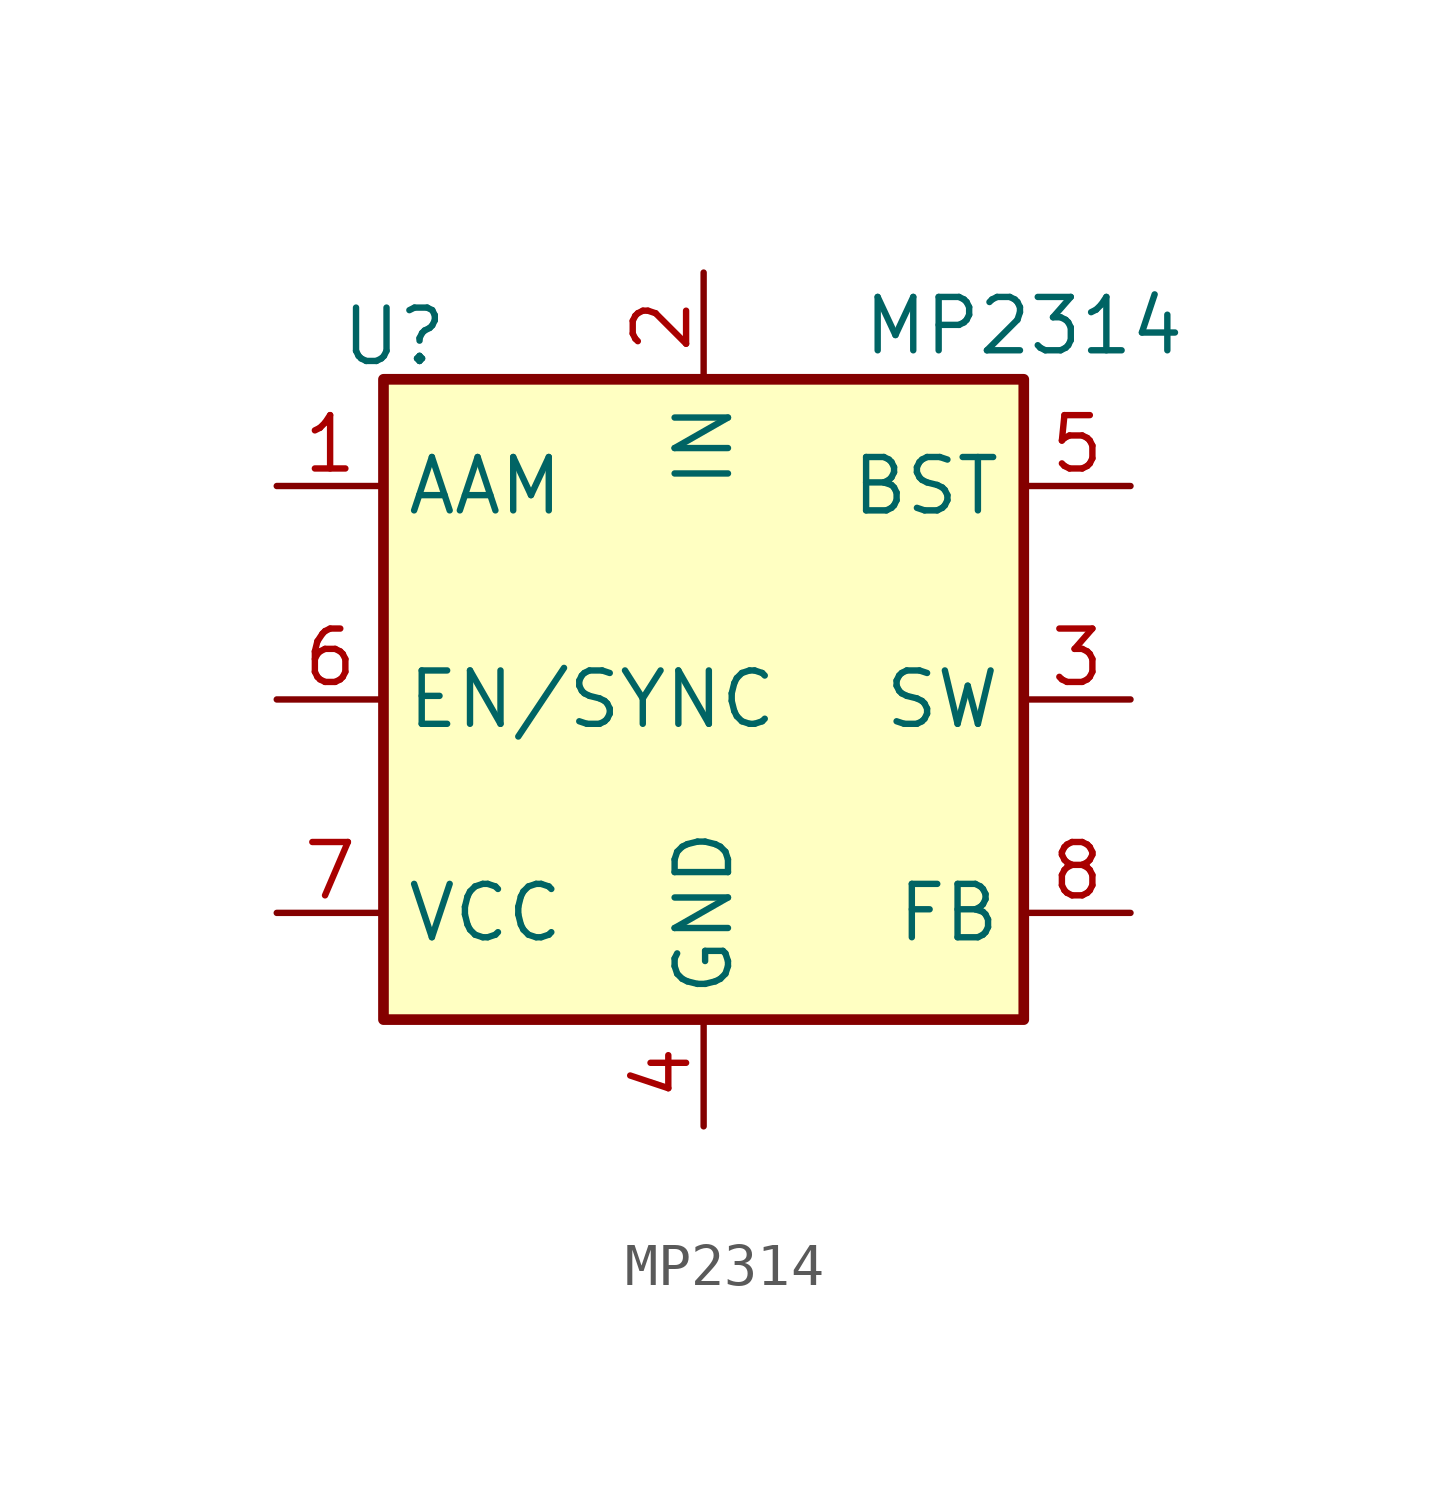
<source format=kicad_sym>
(kicad_symbol_lib
  (version 20241209)
  (generator "kicad_symbol_editor")
  (generator_version "9.0")
  (symbol "MP2314"
    (property "Reference" "U"
      (at -7.366 8.636 0)
      (effects (font (size 1.27 1.27))))
    (property "Value" "MP2314"
      (at 7.62 8.89 0)
      (effects (font (size 1.27 1.27))))
    (symbol "MP2314_0_1"
      (rectangle (start -7.62 7.62) (end 7.62 -7.62) (stroke (width 0.254) (type default)) (fill (type background))))
    (symbol "MP2314_1_1"
      (pin input line (at -10.16 5.08 0) (length 2.54) (name "AAM" (effects (font (size 1.27 1.27)))) (number "1" (effects (font (size 1.27 1.27)))))
      (pin input line (at -10.16 0 0) (length 2.54) (name "EN/SYNC" (effects (font (size 1.27 1.27)))) (number "6" (effects (font (size 1.27 1.27)))))
      (pin passive line (at -10.16 -5.08 0) (length 2.54) (name "VCC" (effects (font (size 1.27 1.27)))) (number "7" (effects (font (size 1.27 1.27)))))
      (pin power_in line (at 0 10.16 270) (length 2.54) (name "IN" (effects (font (size 1.27 1.27)))) (number "2" (effects (font (size 1.27 1.27)))))
      (pin power_in line (at 0 -10.16 90) (length 2.54) (name "GND" (effects (font (size 1.27 1.27)))) (number "4" (effects (font (size 1.27 1.27)))))
      (pin passive line (at 10.16 5.08 180) (length 2.54) (name "BST" (effects (font (size 1.27 1.27)))) (number "5" (effects (font (size 1.27 1.27)))))
      (pin output line (at 10.16 0 180) (length 2.54) (name "SW" (effects (font (size 1.27 1.27)))) (number "3" (effects (font (size 1.27 1.27)))))
      (pin input line (at 10.16 -5.08 180) (length 2.54) (name "FB" (effects (font (size 1.27 1.27)))) (number "8" (effects (font (size 1.27 1.27))))))))
</source>
